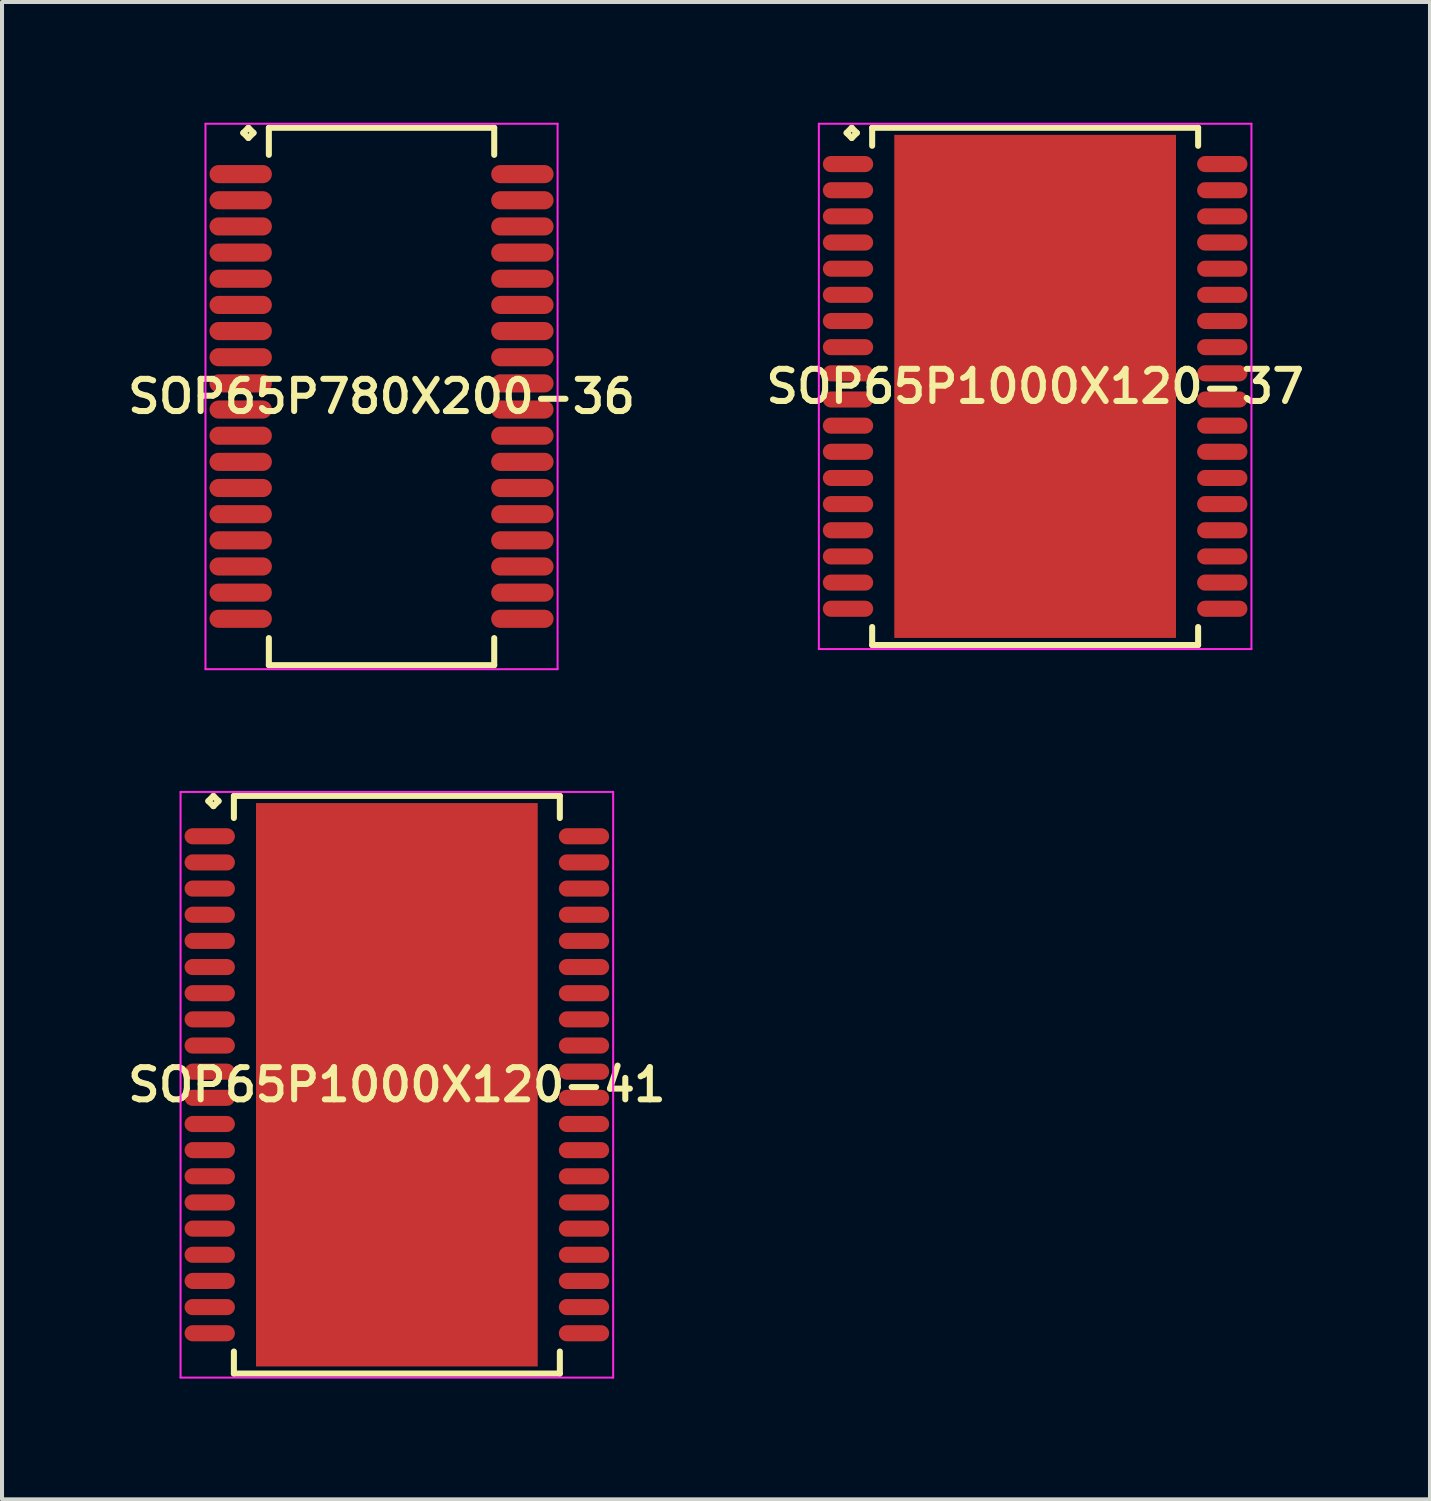
<source format=kicad_pcb>
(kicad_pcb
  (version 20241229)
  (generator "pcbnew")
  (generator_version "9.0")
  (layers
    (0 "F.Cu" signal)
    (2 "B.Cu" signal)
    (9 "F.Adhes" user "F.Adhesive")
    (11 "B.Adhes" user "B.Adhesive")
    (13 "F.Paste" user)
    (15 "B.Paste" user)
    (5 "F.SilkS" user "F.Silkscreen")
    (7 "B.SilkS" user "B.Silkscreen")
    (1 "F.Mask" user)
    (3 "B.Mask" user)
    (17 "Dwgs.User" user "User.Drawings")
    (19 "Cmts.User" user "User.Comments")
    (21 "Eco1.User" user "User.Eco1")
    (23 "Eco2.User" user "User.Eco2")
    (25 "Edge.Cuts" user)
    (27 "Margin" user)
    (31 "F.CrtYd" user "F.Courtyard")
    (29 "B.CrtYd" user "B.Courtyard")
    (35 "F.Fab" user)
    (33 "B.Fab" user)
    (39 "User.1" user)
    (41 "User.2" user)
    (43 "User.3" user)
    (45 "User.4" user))
  (footprint "SOP65P1000X120-37"
    (layer "F.Cu")
    (at 22.673 6.552)
    (property "Reference" "SOP65P1000X120-37" (at 0 0 0) (layer "F.SilkS") (effects (font (size 0.8 0.8) (thickness 0.15))))
    (attr smd)
    (fp_line (start -4.685 -6.3) (end -4.558 -6.427) (stroke (width 0.15) (type solid)) (layer "F.SilkS"))
    (fp_line (start -4.558 -6.427) (end -4.431 -6.3) (stroke (width 0.15) (type solid)) (layer "F.SilkS"))
    (fp_line (start -4.558 -6.173) (end -4.685 -6.3) (stroke (width 0.15) (type solid)) (layer "F.SilkS"))
    (fp_line (start -4.431 -6.3) (end -4.558 -6.173) (stroke (width 0.15) (type solid)) (layer "F.SilkS"))
    (fp_line (start -4.05 -6.427) (end 4.05 -6.427) (stroke (width 0.15) (type solid)) (layer "F.SilkS"))
    (fp_line (start -4.05 -5.979) (end -4.05 -6.427) (stroke (width 0.15) (type solid)) (layer "F.SilkS"))
    (fp_line (start -4.05 5.979) (end -4.05 6.427) (stroke (width 0.15) (type solid)) (layer "F.SilkS"))
    (fp_line (start -4.05 6.427) (end 4.05 6.427) (stroke (width 0.15) (type solid)) (layer "F.SilkS"))
    (fp_line (start 4.05 -6.427) (end 4.05 -5.979) (stroke (width 0.15) (type solid)) (layer "F.SilkS"))
    (fp_line (start 4.05 6.427) (end 4.05 5.979) (stroke (width 0.15) (type solid)) (layer "F.SilkS"))
    (fp_line (start -5.375 -6.527) (end 5.375 -6.527) (stroke (width 0.05) (type solid)) (layer "F.CrtYd"))
    (fp_line (start -5.375 6.527) (end -5.375 -6.527) (stroke (width 0.05) (type solid)) (layer "F.CrtYd"))
    (fp_line (start 5.375 -6.527) (end 5.375 6.527) (stroke (width 0.05) (type solid)) (layer "F.CrtYd"))
    (fp_line (start 5.375 6.527) (end -5.375 6.527) (stroke (width 0.05) (type solid)) (layer "F.CrtYd"))
    (pad "1" smd oval (at -4.65 -5.525) (size 1.25 0.4) (layers "F.Cu" "F.Mask" "F.Paste"))
    (pad "2" smd oval (at -4.65 -4.875) (size 1.25 0.4) (layers "F.Cu" "F.Mask" "F.Paste"))
    (pad "3" smd oval (at -4.65 -4.225) (size 1.25 0.4) (layers "F.Cu" "F.Mask" "F.Paste"))
    (pad "4" smd oval (at -4.65 -3.575) (size 1.25 0.4) (layers "F.Cu" "F.Mask" "F.Paste"))
    (pad "5" smd oval (at -4.65 -2.925) (size 1.25 0.4) (layers "F.Cu" "F.Mask" "F.Paste"))
    (pad "6" smd oval (at -4.65 -2.275) (size 1.25 0.4) (layers "F.Cu" "F.Mask" "F.Paste"))
    (pad "7" smd oval (at -4.65 -1.625) (size 1.25 0.4) (layers "F.Cu" "F.Mask" "F.Paste"))
    (pad "8" smd oval (at -4.65 -0.975) (size 1.25 0.4) (layers "F.Cu" "F.Mask" "F.Paste"))
    (pad "9" smd oval (at -4.65 -0.325) (size 1.25 0.4) (layers "F.Cu" "F.Mask" "F.Paste"))
    (pad "10" smd oval (at -4.65 0.325) (size 1.25 0.4) (layers "F.Cu" "F.Mask" "F.Paste"))
    (pad "11" smd oval (at -4.65 0.975) (size 1.25 0.4) (layers "F.Cu" "F.Mask" "F.Paste"))
    (pad "12" smd oval (at -4.65 1.625) (size 1.25 0.4) (layers "F.Cu" "F.Mask" "F.Paste"))
    (pad "13" smd oval (at -4.65 2.275) (size 1.25 0.4) (layers "F.Cu" "F.Mask" "F.Paste"))
    (pad "14" smd oval (at -4.65 2.925) (size 1.25 0.4) (layers "F.Cu" "F.Mask" "F.Paste"))
    (pad "15" smd oval (at -4.65 3.575) (size 1.25 0.4) (layers "F.Cu" "F.Mask" "F.Paste"))
    (pad "16" smd oval (at -4.65 4.225) (size 1.25 0.4) (layers "F.Cu" "F.Mask" "F.Paste"))
    (pad "17" smd oval (at -4.65 4.875) (size 1.25 0.4) (layers "F.Cu" "F.Mask" "F.Paste"))
    (pad "18" smd oval (at -4.65 5.525) (size 1.25 0.4) (layers "F.Cu" "F.Mask" "F.Paste"))
    (pad "19" smd oval (at 4.65 5.525) (size 1.25 0.4) (layers "F.Cu" "F.Mask" "F.Paste"))
    (pad "20" smd oval (at 4.65 4.875) (size 1.25 0.4) (layers "F.Cu" "F.Mask" "F.Paste"))
    (pad "21" smd oval (at 4.65 4.225) (size 1.25 0.4) (layers "F.Cu" "F.Mask" "F.Paste"))
    (pad "22" smd oval (at 4.65 3.575) (size 1.25 0.4) (layers "F.Cu" "F.Mask" "F.Paste"))
    (pad "23" smd oval (at 4.65 2.925) (size 1.25 0.4) (layers "F.Cu" "F.Mask" "F.Paste"))
    (pad "24" smd oval (at 4.65 2.275) (size 1.25 0.4) (layers "F.Cu" "F.Mask" "F.Paste"))
    (pad "25" smd oval (at 4.65 1.625) (size 1.25 0.4) (layers "F.Cu" "F.Mask" "F.Paste"))
    (pad "26" smd oval (at 4.65 0.975) (size 1.25 0.4) (layers "F.Cu" "F.Mask" "F.Paste"))
    (pad "27" smd oval (at 4.65 0.325) (size 1.25 0.4) (layers "F.Cu" "F.Mask" "F.Paste"))
    (pad "28" smd oval (at 4.65 -0.325) (size 1.25 0.4) (layers "F.Cu" "F.Mask" "F.Paste"))
    (pad "29" smd oval (at 4.65 -0.975) (size 1.25 0.4) (layers "F.Cu" "F.Mask" "F.Paste"))
    (pad "30" smd oval (at 4.65 -1.625) (size 1.25 0.4) (layers "F.Cu" "F.Mask" "F.Paste"))
    (pad "31" smd oval (at 4.65 -2.275) (size 1.25 0.4) (layers "F.Cu" "F.Mask" "F.Paste"))
    (pad "32" smd oval (at 4.65 -2.925) (size 1.25 0.4) (layers "F.Cu" "F.Mask" "F.Paste"))
    (pad "33" smd oval (at 4.65 -3.575) (size 1.25 0.4) (layers "F.Cu" "F.Mask" "F.Paste"))
    (pad "34" smd oval (at 4.65 -4.225) (size 1.25 0.4) (layers "F.Cu" "F.Mask" "F.Paste"))
    (pad "35" smd oval (at 4.65 -4.875) (size 1.25 0.4) (layers "F.Cu" "F.Mask" "F.Paste"))
    (pad "36" smd oval (at 4.65 -5.525) (size 1.25 0.4) (layers "F.Cu" "F.Mask" "F.Paste"))
    (pad "37" smd rect (at 0 0) (size 7 12.5) (layers "F.Cu" "F.Mask" "F.Paste")))
  (footprint "SOP65P1000X120-41"
    (layer "F.Cu")
    (at 6.812 23.906)
    (property "Reference" "SOP65P1000X120-41" (at 0 0 0) (layer "F.SilkS") (effects (font (size 0.8 0.8) (thickness 0.15))))
    (attr smd)
    (fp_line (start -4.685 -7.05) (end -4.558 -7.177) (stroke (width 0.15) (type solid)) (layer "F.SilkS"))
    (fp_line (start -4.558 -7.177) (end -4.431 -7.05) (stroke (width 0.15) (type solid)) (layer "F.SilkS"))
    (fp_line (start -4.558 -6.923) (end -4.685 -7.05) (stroke (width 0.15) (type solid)) (layer "F.SilkS"))
    (fp_line (start -4.431 -7.05) (end -4.558 -6.923) (stroke (width 0.15) (type solid)) (layer "F.SilkS"))
    (fp_line (start -4.05 -7.177) (end 4.05 -7.177) (stroke (width 0.15) (type solid)) (layer "F.SilkS"))
    (fp_line (start -4.05 -6.629) (end -4.05 -7.177) (stroke (width 0.15) (type solid)) (layer "F.SilkS"))
    (fp_line (start -4.05 6.629) (end -4.05 7.177) (stroke (width 0.15) (type solid)) (layer "F.SilkS"))
    (fp_line (start -4.05 7.177) (end 4.05 7.177) (stroke (width 0.15) (type solid)) (layer "F.SilkS"))
    (fp_line (start 4.05 -7.177) (end 4.05 -6.629) (stroke (width 0.15) (type solid)) (layer "F.SilkS"))
    (fp_line (start 4.05 7.177) (end 4.05 6.629) (stroke (width 0.15) (type solid)) (layer "F.SilkS"))
    (fp_line (start -5.375 -7.277) (end 5.375 -7.277) (stroke (width 0.05) (type solid)) (layer "F.CrtYd"))
    (fp_line (start -5.375 7.277) (end -5.375 -7.277) (stroke (width 0.05) (type solid)) (layer "F.CrtYd"))
    (fp_line (start 5.375 -7.277) (end 5.375 7.277) (stroke (width 0.05) (type solid)) (layer "F.CrtYd"))
    (fp_line (start 5.375 7.277) (end -5.375 7.277) (stroke (width 0.05) (type solid)) (layer "F.CrtYd"))
    (pad "1" smd oval (at -4.65 -6.175) (size 1.25 0.4) (layers "F.Cu" "F.Mask" "F.Paste"))
    (pad "2" smd oval (at -4.65 -5.525) (size 1.25 0.4) (layers "F.Cu" "F.Mask" "F.Paste"))
    (pad "3" smd oval (at -4.65 -4.875) (size 1.25 0.4) (layers "F.Cu" "F.Mask" "F.Paste"))
    (pad "4" smd oval (at -4.65 -4.225) (size 1.25 0.4) (layers "F.Cu" "F.Mask" "F.Paste"))
    (pad "5" smd oval (at -4.65 -3.575) (size 1.25 0.4) (layers "F.Cu" "F.Mask" "F.Paste"))
    (pad "6" smd oval (at -4.65 -2.925) (size 1.25 0.4) (layers "F.Cu" "F.Mask" "F.Paste"))
    (pad "7" smd oval (at -4.65 -2.275) (size 1.25 0.4) (layers "F.Cu" "F.Mask" "F.Paste"))
    (pad "8" smd oval (at -4.65 -1.625) (size 1.25 0.4) (layers "F.Cu" "F.Mask" "F.Paste"))
    (pad "9" smd oval (at -4.65 -0.975) (size 1.25 0.4) (layers "F.Cu" "F.Mask" "F.Paste"))
    (pad "10" smd oval (at -4.65 -0.325) (size 1.25 0.4) (layers "F.Cu" "F.Mask" "F.Paste"))
    (pad "11" smd oval (at -4.65 0.325) (size 1.25 0.4) (layers "F.Cu" "F.Mask" "F.Paste"))
    (pad "12" smd oval (at -4.65 0.975) (size 1.25 0.4) (layers "F.Cu" "F.Mask" "F.Paste"))
    (pad "13" smd oval (at -4.65 1.625) (size 1.25 0.4) (layers "F.Cu" "F.Mask" "F.Paste"))
    (pad "14" smd oval (at -4.65 2.275) (size 1.25 0.4) (layers "F.Cu" "F.Mask" "F.Paste"))
    (pad "15" smd oval (at -4.65 2.925) (size 1.25 0.4) (layers "F.Cu" "F.Mask" "F.Paste"))
    (pad "16" smd oval (at -4.65 3.575) (size 1.25 0.4) (layers "F.Cu" "F.Mask" "F.Paste"))
    (pad "17" smd oval (at -4.65 4.225) (size 1.25 0.4) (layers "F.Cu" "F.Mask" "F.Paste"))
    (pad "18" smd oval (at -4.65 4.875) (size 1.25 0.4) (layers "F.Cu" "F.Mask" "F.Paste"))
    (pad "19" smd oval (at -4.65 5.525) (size 1.25 0.4) (layers "F.Cu" "F.Mask" "F.Paste"))
    (pad "20" smd oval (at -4.65 6.175) (size 1.25 0.4) (layers "F.Cu" "F.Mask" "F.Paste"))
    (pad "21" smd oval (at 4.65 6.175) (size 1.25 0.4) (layers "F.Cu" "F.Mask" "F.Paste"))
    (pad "22" smd oval (at 4.65 5.525) (size 1.25 0.4) (layers "F.Cu" "F.Mask" "F.Paste"))
    (pad "23" smd oval (at 4.65 4.875) (size 1.25 0.4) (layers "F.Cu" "F.Mask" "F.Paste"))
    (pad "24" smd oval (at 4.65 4.225) (size 1.25 0.4) (layers "F.Cu" "F.Mask" "F.Paste"))
    (pad "25" smd oval (at 4.65 3.575) (size 1.25 0.4) (layers "F.Cu" "F.Mask" "F.Paste"))
    (pad "26" smd oval (at 4.65 2.925) (size 1.25 0.4) (layers "F.Cu" "F.Mask" "F.Paste"))
    (pad "27" smd oval (at 4.65 2.275) (size 1.25 0.4) (layers "F.Cu" "F.Mask" "F.Paste"))
    (pad "28" smd oval (at 4.65 1.625) (size 1.25 0.4) (layers "F.Cu" "F.Mask" "F.Paste"))
    (pad "29" smd oval (at 4.65 0.975) (size 1.25 0.4) (layers "F.Cu" "F.Mask" "F.Paste"))
    (pad "30" smd oval (at 4.65 0.325) (size 1.25 0.4) (layers "F.Cu" "F.Mask" "F.Paste"))
    (pad "31" smd oval (at 4.65 -0.325) (size 1.25 0.4) (layers "F.Cu" "F.Mask" "F.Paste"))
    (pad "32" smd oval (at 4.65 -0.975) (size 1.25 0.4) (layers "F.Cu" "F.Mask" "F.Paste"))
    (pad "33" smd oval (at 4.65 -1.625) (size 1.25 0.4) (layers "F.Cu" "F.Mask" "F.Paste"))
    (pad "34" smd oval (at 4.65 -2.275) (size 1.25 0.4) (layers "F.Cu" "F.Mask" "F.Paste"))
    (pad "35" smd oval (at 4.65 -2.925) (size 1.25 0.4) (layers "F.Cu" "F.Mask" "F.Paste"))
    (pad "36" smd oval (at 4.65 -3.575) (size 1.25 0.4) (layers "F.Cu" "F.Mask" "F.Paste"))
    (pad "37" smd oval (at 4.65 -4.225) (size 1.25 0.4) (layers "F.Cu" "F.Mask" "F.Paste"))
    (pad "38" smd oval (at 4.65 -4.875) (size 1.25 0.4) (layers "F.Cu" "F.Mask" "F.Paste"))
    (pad "39" smd oval (at 4.65 -5.525) (size 1.25 0.4) (layers "F.Cu" "F.Mask" "F.Paste"))
    (pad "40" smd oval (at 4.65 -6.175) (size 1.25 0.4) (layers "F.Cu" "F.Mask" "F.Paste"))
    (pad "41" smd rect (at 0 0) (size 7 14) (layers "F.Cu" "F.Mask" "F.Paste")))
  (footprint "SOP65P780X200-36"
    (layer "F.Cu")
    (at 6.431 6.802)
    (property "Reference" "SOP65P780X200-36" (at 0 0 0) (layer "F.SilkS") (effects (font (size 0.8 0.8) (thickness 0.15))))
    (attr smd)
    (fp_line (start -3.435 -6.55) (end -3.308 -6.677) (stroke (width 0.15) (type solid)) (layer "F.SilkS"))
    (fp_line (start -3.308 -6.677) (end -3.181 -6.55) (stroke (width 0.15) (type solid)) (layer "F.SilkS"))
    (fp_line (start -3.308 -6.423) (end -3.435 -6.55) (stroke (width 0.15) (type solid)) (layer "F.SilkS"))
    (fp_line (start -3.181 -6.55) (end -3.308 -6.423) (stroke (width 0.15) (type solid)) (layer "F.SilkS"))
    (fp_line (start -2.8 -6.677) (end 2.8 -6.677) (stroke (width 0.15) (type solid)) (layer "F.SilkS"))
    (fp_line (start -2.8 -6.004) (end -2.8 -6.677) (stroke (width 0.15) (type solid)) (layer "F.SilkS"))
    (fp_line (start -2.8 6.004) (end -2.8 6.677) (stroke (width 0.15) (type solid)) (layer "F.SilkS"))
    (fp_line (start -2.8 6.677) (end 2.8 6.677) (stroke (width 0.15) (type solid)) (layer "F.SilkS"))
    (fp_line (start 2.8 -6.677) (end 2.8 -6.004) (stroke (width 0.15) (type solid)) (layer "F.SilkS"))
    (fp_line (start 2.8 6.677) (end 2.8 6.004) (stroke (width 0.15) (type solid)) (layer "F.SilkS"))
    (fp_line (start -4.375 -6.777) (end 4.375 -6.777) (stroke (width 0.05) (type solid)) (layer "F.CrtYd"))
    (fp_line (start -4.375 6.777) (end -4.375 -6.777) (stroke (width 0.05) (type solid)) (layer "F.CrtYd"))
    (fp_line (start 4.375 -6.777) (end 4.375 6.777) (stroke (width 0.05) (type solid)) (layer "F.CrtYd"))
    (fp_line (start 4.375 6.777) (end -4.375 6.777) (stroke (width 0.05) (type solid)) (layer "F.CrtYd"))
    (pad "1" smd oval (at -3.5 -5.525) (size 1.55 0.45) (layers "F.Cu" "F.Mask" "F.Paste"))
    (pad "2" smd oval (at -3.5 -4.875) (size 1.55 0.45) (layers "F.Cu" "F.Mask" "F.Paste"))
    (pad "3" smd oval (at -3.5 -4.225) (size 1.55 0.45) (layers "F.Cu" "F.Mask" "F.Paste"))
    (pad "4" smd oval (at -3.5 -3.575) (size 1.55 0.45) (layers "F.Cu" "F.Mask" "F.Paste"))
    (pad "5" smd oval (at -3.5 -2.925) (size 1.55 0.45) (layers "F.Cu" "F.Mask" "F.Paste"))
    (pad "6" smd oval (at -3.5 -2.275) (size 1.55 0.45) (layers "F.Cu" "F.Mask" "F.Paste"))
    (pad "7" smd oval (at -3.5 -1.625) (size 1.55 0.45) (layers "F.Cu" "F.Mask" "F.Paste"))
    (pad "8" smd oval (at -3.5 -0.975) (size 1.55 0.45) (layers "F.Cu" "F.Mask" "F.Paste"))
    (pad "9" smd oval (at -3.5 -0.325) (size 1.55 0.45) (layers "F.Cu" "F.Mask" "F.Paste"))
    (pad "10" smd oval (at -3.5 0.325) (size 1.55 0.45) (layers "F.Cu" "F.Mask" "F.Paste"))
    (pad "11" smd oval (at -3.5 0.975) (size 1.55 0.45) (layers "F.Cu" "F.Mask" "F.Paste"))
    (pad "12" smd oval (at -3.5 1.625) (size 1.55 0.45) (layers "F.Cu" "F.Mask" "F.Paste"))
    (pad "13" smd oval (at -3.5 2.275) (size 1.55 0.45) (layers "F.Cu" "F.Mask" "F.Paste"))
    (pad "14" smd oval (at -3.5 2.925) (size 1.55 0.45) (layers "F.Cu" "F.Mask" "F.Paste"))
    (pad "15" smd oval (at -3.5 3.575) (size 1.55 0.45) (layers "F.Cu" "F.Mask" "F.Paste"))
    (pad "16" smd oval (at -3.5 4.225) (size 1.55 0.45) (layers "F.Cu" "F.Mask" "F.Paste"))
    (pad "17" smd oval (at -3.5 4.875) (size 1.55 0.45) (layers "F.Cu" "F.Mask" "F.Paste"))
    (pad "18" smd oval (at -3.5 5.525) (size 1.55 0.45) (layers "F.Cu" "F.Mask" "F.Paste"))
    (pad "19" smd oval (at 3.5 5.525) (size 1.55 0.45) (layers "F.Cu" "F.Mask" "F.Paste"))
    (pad "20" smd oval (at 3.5 4.875) (size 1.55 0.45) (layers "F.Cu" "F.Mask" "F.Paste"))
    (pad "21" smd oval (at 3.5 4.225) (size 1.55 0.45) (layers "F.Cu" "F.Mask" "F.Paste"))
    (pad "22" smd oval (at 3.5 3.575) (size 1.55 0.45) (layers "F.Cu" "F.Mask" "F.Paste"))
    (pad "23" smd oval (at 3.5 2.925) (size 1.55 0.45) (layers "F.Cu" "F.Mask" "F.Paste"))
    (pad "24" smd oval (at 3.5 2.275) (size 1.55 0.45) (layers "F.Cu" "F.Mask" "F.Paste"))
    (pad "25" smd oval (at 3.5 1.625) (size 1.55 0.45) (layers "F.Cu" "F.Mask" "F.Paste"))
    (pad "26" smd oval (at 3.5 0.975) (size 1.55 0.45) (layers "F.Cu" "F.Mask" "F.Paste"))
    (pad "27" smd oval (at 3.5 0.325) (size 1.55 0.45) (layers "F.Cu" "F.Mask" "F.Paste"))
    (pad "28" smd oval (at 3.5 -0.325) (size 1.55 0.45) (layers "F.Cu" "F.Mask" "F.Paste"))
    (pad "29" smd oval (at 3.5 -0.975) (size 1.55 0.45) (layers "F.Cu" "F.Mask" "F.Paste"))
    (pad "30" smd oval (at 3.5 -1.625) (size 1.55 0.45) (layers "F.Cu" "F.Mask" "F.Paste"))
    (pad "31" smd oval (at 3.5 -2.275) (size 1.55 0.45) (layers "F.Cu" "F.Mask" "F.Paste"))
    (pad "32" smd oval (at 3.5 -2.925) (size 1.55 0.45) (layers "F.Cu" "F.Mask" "F.Paste"))
    (pad "33" smd oval (at 3.5 -3.575) (size 1.55 0.45) (layers "F.Cu" "F.Mask" "F.Paste"))
    (pad "34" smd oval (at 3.5 -4.225) (size 1.55 0.45) (layers "F.Cu" "F.Mask" "F.Paste"))
    (pad "35" smd oval (at 3.5 -4.875) (size 1.55 0.45) (layers "F.Cu" "F.Mask" "F.Paste"))
    (pad "36" smd oval (at 3.5 -5.525) (size 1.55 0.45) (layers "F.Cu" "F.Mask" "F.Paste")))
  (gr_rect
    (start -3 -3)
    (end 32.485 34.208)
    (stroke (width 0.1) (type default))
    (fill no)
    (layer "Edge.Cuts")))
</source>
